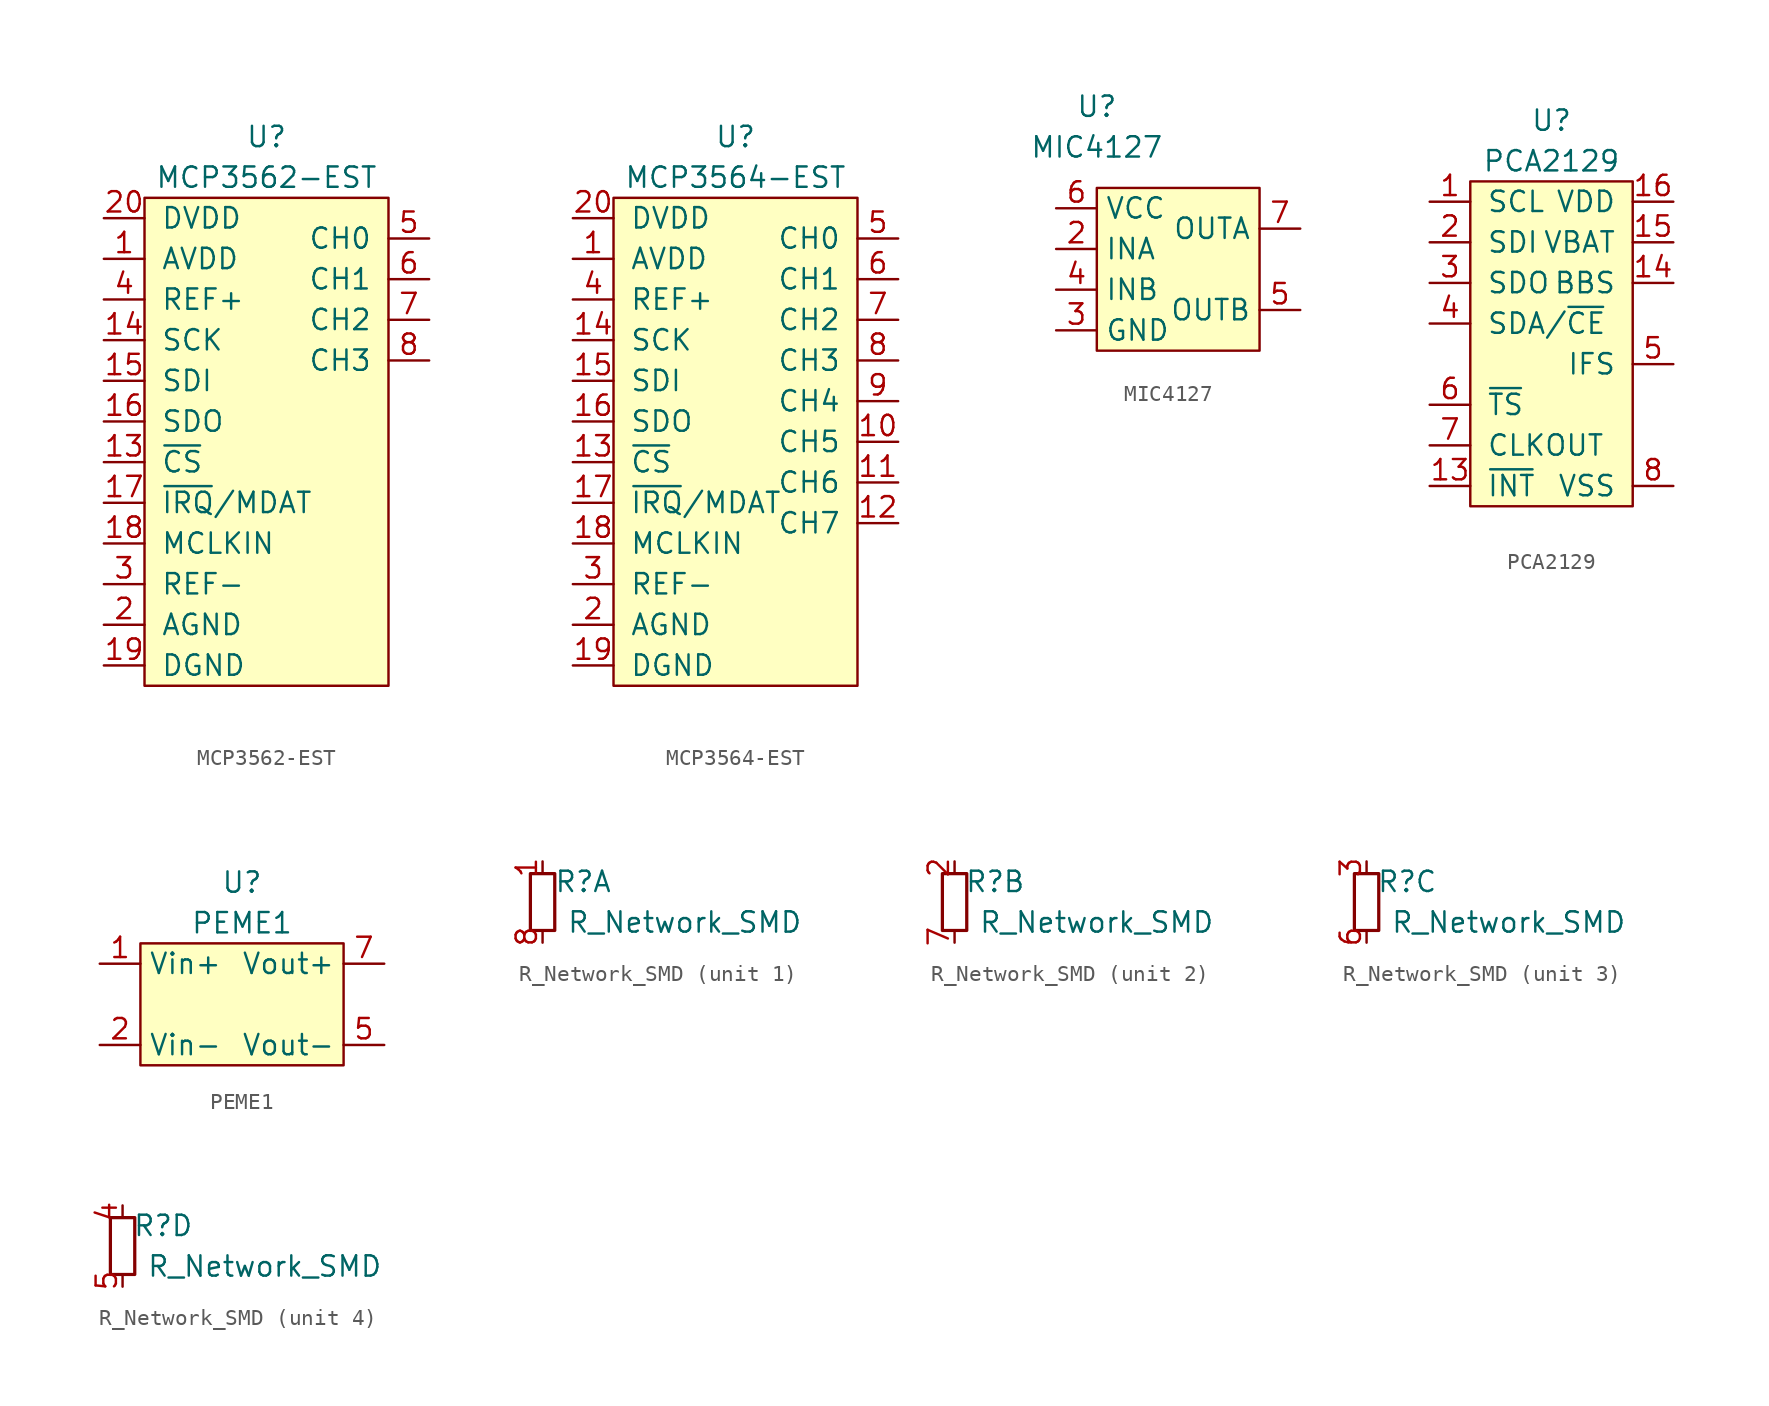
<source format=kicad_sym>
(kicad_symbol_lib
  (version 20211014)
  (generator kicad_symbol_editor)
  (symbol "MCP3562-EST"
    (pin_names
      (offset 1.016))
    (property "Reference" "U"
      (at 0 16.51 0)
      (effects (font (size 1.27 1.27))))
    (property "Value" "MCP3562-EST"
      (at 0 13.97 0)
      (effects (font (size 1.27 1.27))))
    (symbol "MCP3562-EST_1_1"
      (rectangle (start -7.62 12.7) (end 7.62 -17.78) (stroke (width 0) (type default) (color 0 0 0 0)) (fill (type background)))
      (pin power_in line (at -10.16 8.89 0) (length 2.54) (name "AVDD" (effects (font (size 1.27 1.27)))) (number "1" (effects (font (size 1.27 1.27)))))
      (pin input line (at -10.16 -3.81 0) (length 2.54) (name "~{CS}" (effects (font (size 1.27 1.27)))) (number "13" (effects (font (size 1.27 1.27)))))
      (pin input line (at -10.16 3.81 0) (length 2.54) (name "SCK" (effects (font (size 1.27 1.27)))) (number "14" (effects (font (size 1.27 1.27)))))
      (pin input line (at -10.16 1.27 0) (length 2.54) (name "SDI" (effects (font (size 1.27 1.27)))) (number "15" (effects (font (size 1.27 1.27)))))
      (pin output line (at -10.16 -1.27 0) (length 2.54) (name "SDO" (effects (font (size 1.27 1.27)))) (number "16" (effects (font (size 1.27 1.27)))))
      (pin output line (at -10.16 -6.35 0) (length 2.54) (name "~{IRQ}/MDAT" (effects (font (size 1.27 1.27)))) (number "17" (effects (font (size 1.27 1.27)))))
      (pin input line (at -10.16 -8.89 0) (length 2.54) (name "MCLKIN" (effects (font (size 1.27 1.27)))) (number "18" (effects (font (size 1.27 1.27)))))
      (pin power_in line (at -10.16 -16.51 0) (length 2.54) (name "DGND" (effects (font (size 1.27 1.27)))) (number "19" (effects (font (size 1.27 1.27)))))
      (pin power_in line (at -10.16 -13.97 0) (length 2.54) (name "AGND" (effects (font (size 1.27 1.27)))) (number "2" (effects (font (size 1.27 1.27)))))
      (pin power_in line (at -10.16 11.43 0) (length 2.54) (name "DVDD" (effects (font (size 1.27 1.27)))) (number "20" (effects (font (size 1.27 1.27)))))
      (pin power_in line (at -10.16 -11.43 0) (length 2.54) (name "REF-" (effects (font (size 1.27 1.27)))) (number "3" (effects (font (size 1.27 1.27)))))
      (pin power_in line (at -10.16 6.35 0) (length 2.54) (name "REF+" (effects (font (size 1.27 1.27)))) (number "4" (effects (font (size 1.27 1.27)))))
      (pin input line (at 10.16 10.16 180) (length 2.54) (name "CH0" (effects (font (size 1.27 1.27)))) (number "5" (effects (font (size 1.27 1.27)))))
      (pin input line (at 10.16 7.62 180) (length 2.54) (name "CH1" (effects (font (size 1.27 1.27)))) (number "6" (effects (font (size 1.27 1.27)))))
      (pin input line (at 10.16 5.08 180) (length 2.54) (name "CH2" (effects (font (size 1.27 1.27)))) (number "7" (effects (font (size 1.27 1.27)))))
      (pin input line (at 10.16 2.54 180) (length 2.54) (name "CH3" (effects (font (size 1.27 1.27)))) (number "8" (effects (font (size 1.27 1.27)))))))
  (symbol "MCP3564-EST"
    (pin_names
      (offset 1.016))
    (property "Reference" "U"
      (at 0 19.05 0)
      (effects (font (size 1.27 1.27))))
    (property "Value" "MCP3564-EST"
      (at 0 16.51 0)
      (effects (font (size 1.27 1.27))))
    (symbol "MCP3564-EST_1_1"
      (rectangle (start -7.62 15.24) (end 7.62 -15.24) (stroke (width 0) (type default) (color 0 0 0 0)) (fill (type background)))
      (pin power_in line (at -10.16 11.43 0) (length 2.54) (name "AVDD" (effects (font (size 1.27 1.27)))) (number "1" (effects (font (size 1.27 1.27)))))
      (pin input line (at 10.16 0 180) (length 2.54) (name "CH5" (effects (font (size 1.27 1.27)))) (number "10" (effects (font (size 1.27 1.27)))))
      (pin input line (at 10.16 -2.54 180) (length 2.54) (name "CH6" (effects (font (size 1.27 1.27)))) (number "11" (effects (font (size 1.27 1.27)))))
      (pin input line (at 10.16 -5.08 180) (length 2.54) (name "CH7" (effects (font (size 1.27 1.27)))) (number "12" (effects (font (size 1.27 1.27)))))
      (pin input line (at -10.16 -1.27 0) (length 2.54) (name "~{CS}" (effects (font (size 1.27 1.27)))) (number "13" (effects (font (size 1.27 1.27)))))
      (pin input line (at -10.16 6.35 0) (length 2.54) (name "SCK" (effects (font (size 1.27 1.27)))) (number "14" (effects (font (size 1.27 1.27)))))
      (pin input line (at -10.16 3.81 0) (length 2.54) (name "SDI" (effects (font (size 1.27 1.27)))) (number "15" (effects (font (size 1.27 1.27)))))
      (pin output line (at -10.16 1.27 0) (length 2.54) (name "SDO" (effects (font (size 1.27 1.27)))) (number "16" (effects (font (size 1.27 1.27)))))
      (pin output line (at -10.16 -3.81 0) (length 2.54) (name "~{IRQ}/MDAT" (effects (font (size 1.27 1.27)))) (number "17" (effects (font (size 1.27 1.27)))))
      (pin input line (at -10.16 -6.35 0) (length 2.54) (name "MCLKIN" (effects (font (size 1.27 1.27)))) (number "18" (effects (font (size 1.27 1.27)))))
      (pin power_in line (at -10.16 -13.97 0) (length 2.54) (name "DGND" (effects (font (size 1.27 1.27)))) (number "19" (effects (font (size 1.27 1.27)))))
      (pin power_in line (at -10.16 -11.43 0) (length 2.54) (name "AGND" (effects (font (size 1.27 1.27)))) (number "2" (effects (font (size 1.27 1.27)))))
      (pin power_in line (at -10.16 13.97 0) (length 2.54) (name "DVDD" (effects (font (size 1.27 1.27)))) (number "20" (effects (font (size 1.27 1.27)))))
      (pin power_in line (at -10.16 -8.89 0) (length 2.54) (name "REF-" (effects (font (size 1.27 1.27)))) (number "3" (effects (font (size 1.27 1.27)))))
      (pin power_in line (at -10.16 8.89 0) (length 2.54) (name "REF+" (effects (font (size 1.27 1.27)))) (number "4" (effects (font (size 1.27 1.27)))))
      (pin input line (at 10.16 12.7 180) (length 2.54) (name "CH0" (effects (font (size 1.27 1.27)))) (number "5" (effects (font (size 1.27 1.27)))))
      (pin input line (at 10.16 10.16 180) (length 2.54) (name "CH1" (effects (font (size 1.27 1.27)))) (number "6" (effects (font (size 1.27 1.27)))))
      (pin input line (at 10.16 7.62 180) (length 2.54) (name "CH2" (effects (font (size 1.27 1.27)))) (number "7" (effects (font (size 1.27 1.27)))))
      (pin input line (at 10.16 5.08 180) (length 2.54) (name "CH3" (effects (font (size 1.27 1.27)))) (number "8" (effects (font (size 1.27 1.27)))))
      (pin input line (at 10.16 2.54 180) (length 2.54) (name "CH4" (effects (font (size 1.27 1.27)))) (number "9" (effects (font (size 1.27 1.27)))))))
  (symbol "MIC4127"
    (property "Reference" "U"
      (at -5.08 10.16 0)
      (effects (font (size 1.27 1.27))))
    (property "Value" "MIC4127"
      (at -5.08 7.62 0)
      (effects (font (size 1.27 1.27))))
    (symbol "MIC4127_0_1"
      (rectangle (start -5.08 5.08) (end 5.08 -5.08) (stroke (width 0.152) (type default) (color 0 0 0 0)) (fill (type background))))
    (symbol "MIC4127_1_1"
      (pin input line (at -7.62 1.27 0) (length 2.54) (name "INA" (effects (font (size 1.27 1.27)))) (number "2" (effects (font (size 1.27 1.27)))))
      (pin input line (at -7.62 -3.81 0) (length 2.54) (name "GND" (effects (font (size 1.27 1.27)))) (number "3" (effects (font (size 1.27 1.27)))))
      (pin input line (at -7.62 -1.27 0) (length 2.54) (name "INB" (effects (font (size 1.27 1.27)))) (number "4" (effects (font (size 1.27 1.27)))))
      (pin output line (at 7.62 -2.54 180) (length 2.54) (name "OUTB" (effects (font (size 1.27 1.27)))) (number "5" (effects (font (size 1.27 1.27)))))
      (pin input line (at -7.62 3.81 0) (length 2.54) (name "VCC" (effects (font (size 1.27 1.27)))) (number "6" (effects (font (size 1.27 1.27)))))
      (pin output line (at 7.62 2.54 180) (length 2.54) (name "OUTA" (effects (font (size 1.27 1.27)))) (number "7" (effects (font (size 1.27 1.27)))))
      (pin input line (at -7.62 -3.81 0) (length 2.54) hide (name "GND" (effects (font (size 1.27 1.27)))) (number "9" (effects (font (size 1.27 1.27)))))))
  (symbol "PCA2129"
    (pin_names
      (offset 1.016))
    (property "Reference" "U"
      (at 0 13.97 0)
      (effects (font (size 1.27 1.27))))
    (property "Value" "PCA2129"
      (at 0 11.43 0)
      (effects (font (size 1.27 1.27))))
    (symbol "PCA2129_0_1"
      (rectangle (start -5.08 10.16) (end 5.08 -10.16) (stroke (width 0) (type default) (color 0 0 0 0)) (fill (type background))))
    (symbol "PCA2129_1_1"
      (pin unspecified line (at -7.62 8.89 0) (length 2.54) (name "SCL" (effects (font (size 1.27 1.27)))) (number "1" (effects (font (size 1.27 1.27)))))
      (pin unspecified line (at -7.62 -8.89 0) (length 2.54) (name "~{INT}" (effects (font (size 1.27 1.27)))) (number "13" (effects (font (size 1.27 1.27)))))
      (pin unspecified line (at 7.62 3.81 180) (length 2.54) (name "BBS" (effects (font (size 1.27 1.27)))) (number "14" (effects (font (size 1.27 1.27)))))
      (pin unspecified line (at 7.62 6.35 180) (length 2.54) (name "VBAT" (effects (font (size 1.27 1.27)))) (number "15" (effects (font (size 1.27 1.27)))))
      (pin unspecified line (at 7.62 8.89 180) (length 2.54) (name "VDD" (effects (font (size 1.27 1.27)))) (number "16" (effects (font (size 1.27 1.27)))))
      (pin unspecified line (at -7.62 6.35 0) (length 2.54) (name "SDI" (effects (font (size 1.27 1.27)))) (number "2" (effects (font (size 1.27 1.27)))))
      (pin unspecified line (at -7.62 3.81 0) (length 2.54) (name "SDO" (effects (font (size 1.27 1.27)))) (number "3" (effects (font (size 1.27 1.27)))))
      (pin unspecified line (at -7.62 1.27 0) (length 2.54) (name "SDA/~{CE}" (effects (font (size 1.27 1.27)))) (number "4" (effects (font (size 1.27 1.27)))))
      (pin unspecified line (at 7.62 -1.27 180) (length 2.54) (name "IFS" (effects (font (size 1.27 1.27)))) (number "5" (effects (font (size 1.27 1.27)))))
      (pin unspecified line (at -7.62 -3.81 0) (length 2.54) (name "~{TS}" (effects (font (size 1.27 1.27)))) (number "6" (effects (font (size 1.27 1.27)))))
      (pin unspecified line (at -7.62 -6.35 0) (length 2.54) (name "CLKOUT" (effects (font (size 1.27 1.27)))) (number "7" (effects (font (size 1.27 1.27)))))
      (pin unspecified line (at 7.62 -8.89 180) (length 2.54) (name "VSS" (effects (font (size 1.27 1.27)))) (number "8" (effects (font (size 1.27 1.27)))))))
  (symbol "PEME1"
    (property "Reference" "U"
      (at 0 7.62 0)
      (effects (font (size 1.27 1.27))))
    (property "Value" "PEME1"
      (at 0 5.08 0)
      (effects (font (size 1.27 1.27))))
    (symbol "PEME1_0_1"
      (rectangle (start -6.35 3.81) (end 6.35 -3.81) (stroke (width 0.152) (type default) (color 0 0 0 0)) (fill (type background))))
    (symbol "PEME1_1_1"
      (pin input line (at -8.89 2.54 0) (length 2.54) (name "Vin+" (effects (font (size 1.27 1.27)))) (number "1" (effects (font (size 1.27 1.27)))))
      (pin input line (at -8.89 -2.54 0) (length 2.54) (name "Vin-" (effects (font (size 1.27 1.27)))) (number "2" (effects (font (size 1.27 1.27)))))
      (pin output line (at 8.89 -2.54 180) (length 2.54) (name "Vout-" (effects (font (size 1.27 1.27)))) (number "5" (effects (font (size 1.27 1.27)))))
      (pin output line (at 8.89 2.54 180) (length 2.54) (name "Vout+" (effects (font (size 1.27 1.27)))) (number "7" (effects (font (size 1.27 1.27)))))))
  (symbol "R_Network_SMD"
    (property "Reference" "R"
      (at 2.54 1.27 0)
      (effects (font (size 1.27 1.27))))
    (property "Value" "R_Network_SMD"
      (at 8.89 -1.27 0)
      (effects (font (size 1.27 1.27))))
    (symbol "R_Network_SMD_0_1"
      (rectangle (start -0.762 1.778) (end 0.762 -1.778) (stroke (width 0.203) (type default) (color 0 0 0 0)) (fill (type none))))
    (symbol "R_Network_SMD_1_1"
      (pin passive line (at 0 2.54 270) (length 0.762) (name "~" (effects (font (size 1.27 1.27)))) (number "1" (effects (font (size 1.27 1.27)))))
      (pin passive line (at 0 -2.54 90) (length 0.762) (name "~" (effects (font (size 1.27 1.27)))) (number "8" (effects (font (size 1.27 1.27))))))
    (symbol "R_Network_SMD_2_1"
      (pin passive line (at 0 2.54 270) (length 0.762) (name "~" (effects (font (size 1.27 1.27)))) (number "2" (effects (font (size 1.27 1.27)))))
      (pin passive line (at 0 -2.54 90) (length 0.762) (name "~" (effects (font (size 1.27 1.27)))) (number "7" (effects (font (size 1.27 1.27))))))
    (symbol "R_Network_SMD_3_1"
      (pin passive line (at 0 2.54 270) (length 0.762) (name "~" (effects (font (size 1.27 1.27)))) (number "3" (effects (font (size 1.27 1.27)))))
      (pin passive line (at 0 -2.54 90) (length 0.762) (name "~" (effects (font (size 1.27 1.27)))) (number "6" (effects (font (size 1.27 1.27))))))
    (symbol "R_Network_SMD_4_1"
      (pin passive line (at 0 2.54 270) (length 0.762) (name "~" (effects (font (size 1.27 1.27)))) (number "4" (effects (font (size 1.27 1.27)))))
      (pin passive line (at 0 -2.54 90) (length 0.762) (name "~" (effects (font (size 1.27 1.27)))) (number "5" (effects (font (size 1.27 1.27))))))))
</source>
